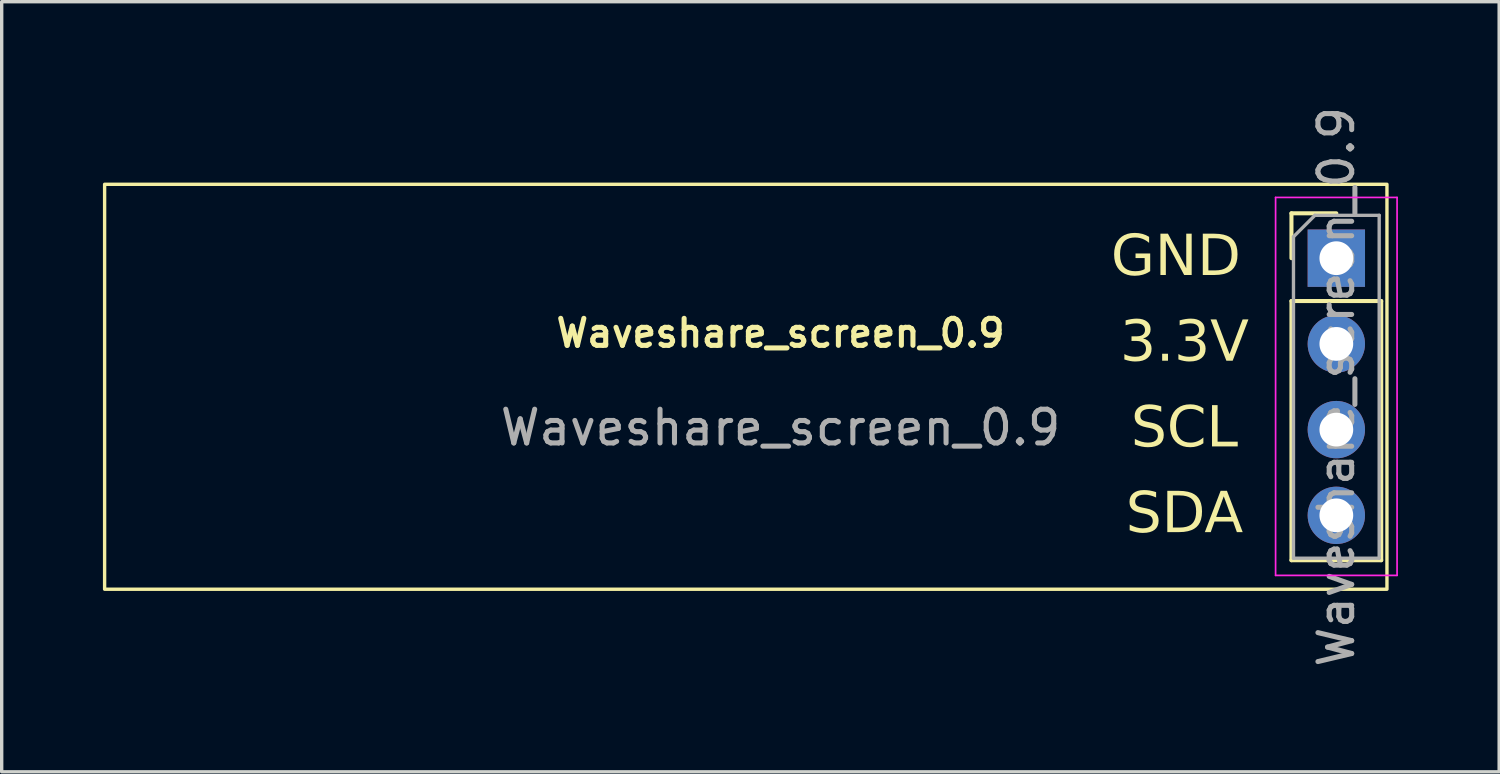
<source format=kicad_pcb>
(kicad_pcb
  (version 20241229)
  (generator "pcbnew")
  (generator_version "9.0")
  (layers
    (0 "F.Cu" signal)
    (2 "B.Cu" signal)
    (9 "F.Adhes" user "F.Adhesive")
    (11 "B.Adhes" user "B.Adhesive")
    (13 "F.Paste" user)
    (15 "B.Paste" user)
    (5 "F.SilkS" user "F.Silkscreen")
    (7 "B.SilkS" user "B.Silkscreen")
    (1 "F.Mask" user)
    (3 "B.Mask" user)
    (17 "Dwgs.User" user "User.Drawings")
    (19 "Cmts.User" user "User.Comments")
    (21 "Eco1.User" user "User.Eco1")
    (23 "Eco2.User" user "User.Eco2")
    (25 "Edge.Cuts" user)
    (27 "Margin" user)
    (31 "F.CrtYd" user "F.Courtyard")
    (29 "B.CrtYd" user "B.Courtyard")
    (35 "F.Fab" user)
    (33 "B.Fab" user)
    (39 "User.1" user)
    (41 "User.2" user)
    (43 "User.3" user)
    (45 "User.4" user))
  (footprint "Waveshare_screen_0.9"
    (layer "F.Cu")
    (at 20.08 7.221)
    (property "Reference" "Waveshare_screen_0.9" (at 0 -0.4 0) (unlocked yes) (layer "F.SilkS") (effects (font (size 0.8 0.8) (thickness 0.15))))
    (attr smd)
    (fp_line (start 15.14 -3.95) (end 16.47 -3.95) (stroke (width 0.12) (type solid)) (layer "F.SilkS"))
    (fp_line (start 15.14 -2.62) (end 15.14 -3.95) (stroke (width 0.12) (type solid)) (layer "F.SilkS"))
    (fp_line (start 15.14 -1.35) (end 15.14 6.33) (stroke (width 0.12) (type solid)) (layer "F.SilkS"))
    (fp_line (start 15.14 -1.35) (end 17.8 -1.35) (stroke (width 0.12) (type solid)) (layer "F.SilkS"))
    (fp_line (start 15.14 6.33) (end 17.8 6.33) (stroke (width 0.12) (type solid)) (layer "F.SilkS"))
    (fp_line (start 17.8 -1.35) (end 17.8 6.33) (stroke (width 0.12) (type solid)) (layer "F.SilkS"))
    (fp_rect (start -20.03 -4.81) (end 17.97 7.19) (stroke (width 0.1) (type default)) (fill no) (layer "F.SilkS"))
    (fp_line (start 14.67 -4.42) (end 14.67 6.78) (stroke (width 0.05) (type solid)) (layer "F.CrtYd"))
    (fp_line (start 14.67 6.78) (end 18.27 6.78) (stroke (width 0.05) (type solid)) (layer "F.CrtYd"))
    (fp_line (start 18.27 -4.42) (end 14.67 -4.42) (stroke (width 0.05) (type solid)) (layer "F.CrtYd"))
    (fp_line (start 18.27 6.78) (end 18.27 -4.42) (stroke (width 0.05) (type solid)) (layer "F.CrtYd"))
    (fp_line (start 15.2 -3.255) (end 15.835 -3.89) (stroke (width 0.1) (type solid)) (layer "F.Fab"))
    (fp_line (start 15.2 6.27) (end 15.2 -3.255) (stroke (width 0.1) (type solid)) (layer "F.Fab"))
    (fp_line (start 15.835 -3.89) (end 17.74 -3.89) (stroke (width 0.1) (type solid)) (layer "F.Fab"))
    (fp_line (start 17.74 -3.89) (end 17.74 6.27) (stroke (width 0.1) (type solid)) (layer "F.Fab"))
    (fp_line (start 17.74 6.27) (end 15.2 6.27) (stroke (width 0.1) (type solid)) (layer "F.Fab"))
    (fp_text user "GND" (at 11.716 -2.62 0) (unlocked yes) (layer "F.SilkS") (effects (font (face "Arial") (size 1.2 1.2) (thickness 0.15))))
    (fp_text user "3.3V" (at 11.97 -0.08 0) (unlocked yes) (layer "F.SilkS") (effects (font (face "Arial") (size 1.2 1.2) (thickness 0.15))))
    (fp_text user "SCL" (at 11.97 2.46 0) (unlocked yes) (layer "F.SilkS") (effects (font (face "Arial") (size 1.2 1.2) (thickness 0.15))))
    (fp_text user "SDA" (at 11.97 5 0) (unlocked yes) (layer "F.SilkS") (effects (font (face "Arial") (size 1.2 1.2) (thickness 0.15))))
    (fp_text user "${REFERENCE}" (at 16.47 1.19 90) (layer "F.Fab") (effects (font (size 1 1) (thickness 0.15))))
    (fp_text user "${REFERENCE}" (at 0 2.4 0) (unlocked yes) (layer "F.Fab") (effects (font (size 1 1) (thickness 0.15))))
    (pad "1" thru_hole rect (at 16.47 -2.62) (size 1.7 1.7) (drill 1) (layers "*.Cu" "*.Mask"))
    (pad "2" thru_hole oval (at 16.47 -0.08) (size 1.7 1.7) (drill 1) (layers "*.Cu" "*.Mask"))
    (pad "3" thru_hole oval (at 16.47 2.46) (size 1.7 1.7) (drill 1) (layers "*.Cu" "*.Mask"))
    (pad "4" thru_hole oval (at 16.47 5) (size 1.7 1.7) (drill 1) (layers "*.Cu" "*.Mask")))
  (gr_rect
    (start -3 -3)
    (end 41.375 19.821)
    (stroke (width 0.1) (type default))
    (fill no)
    (layer "Edge.Cuts")))
</source>
